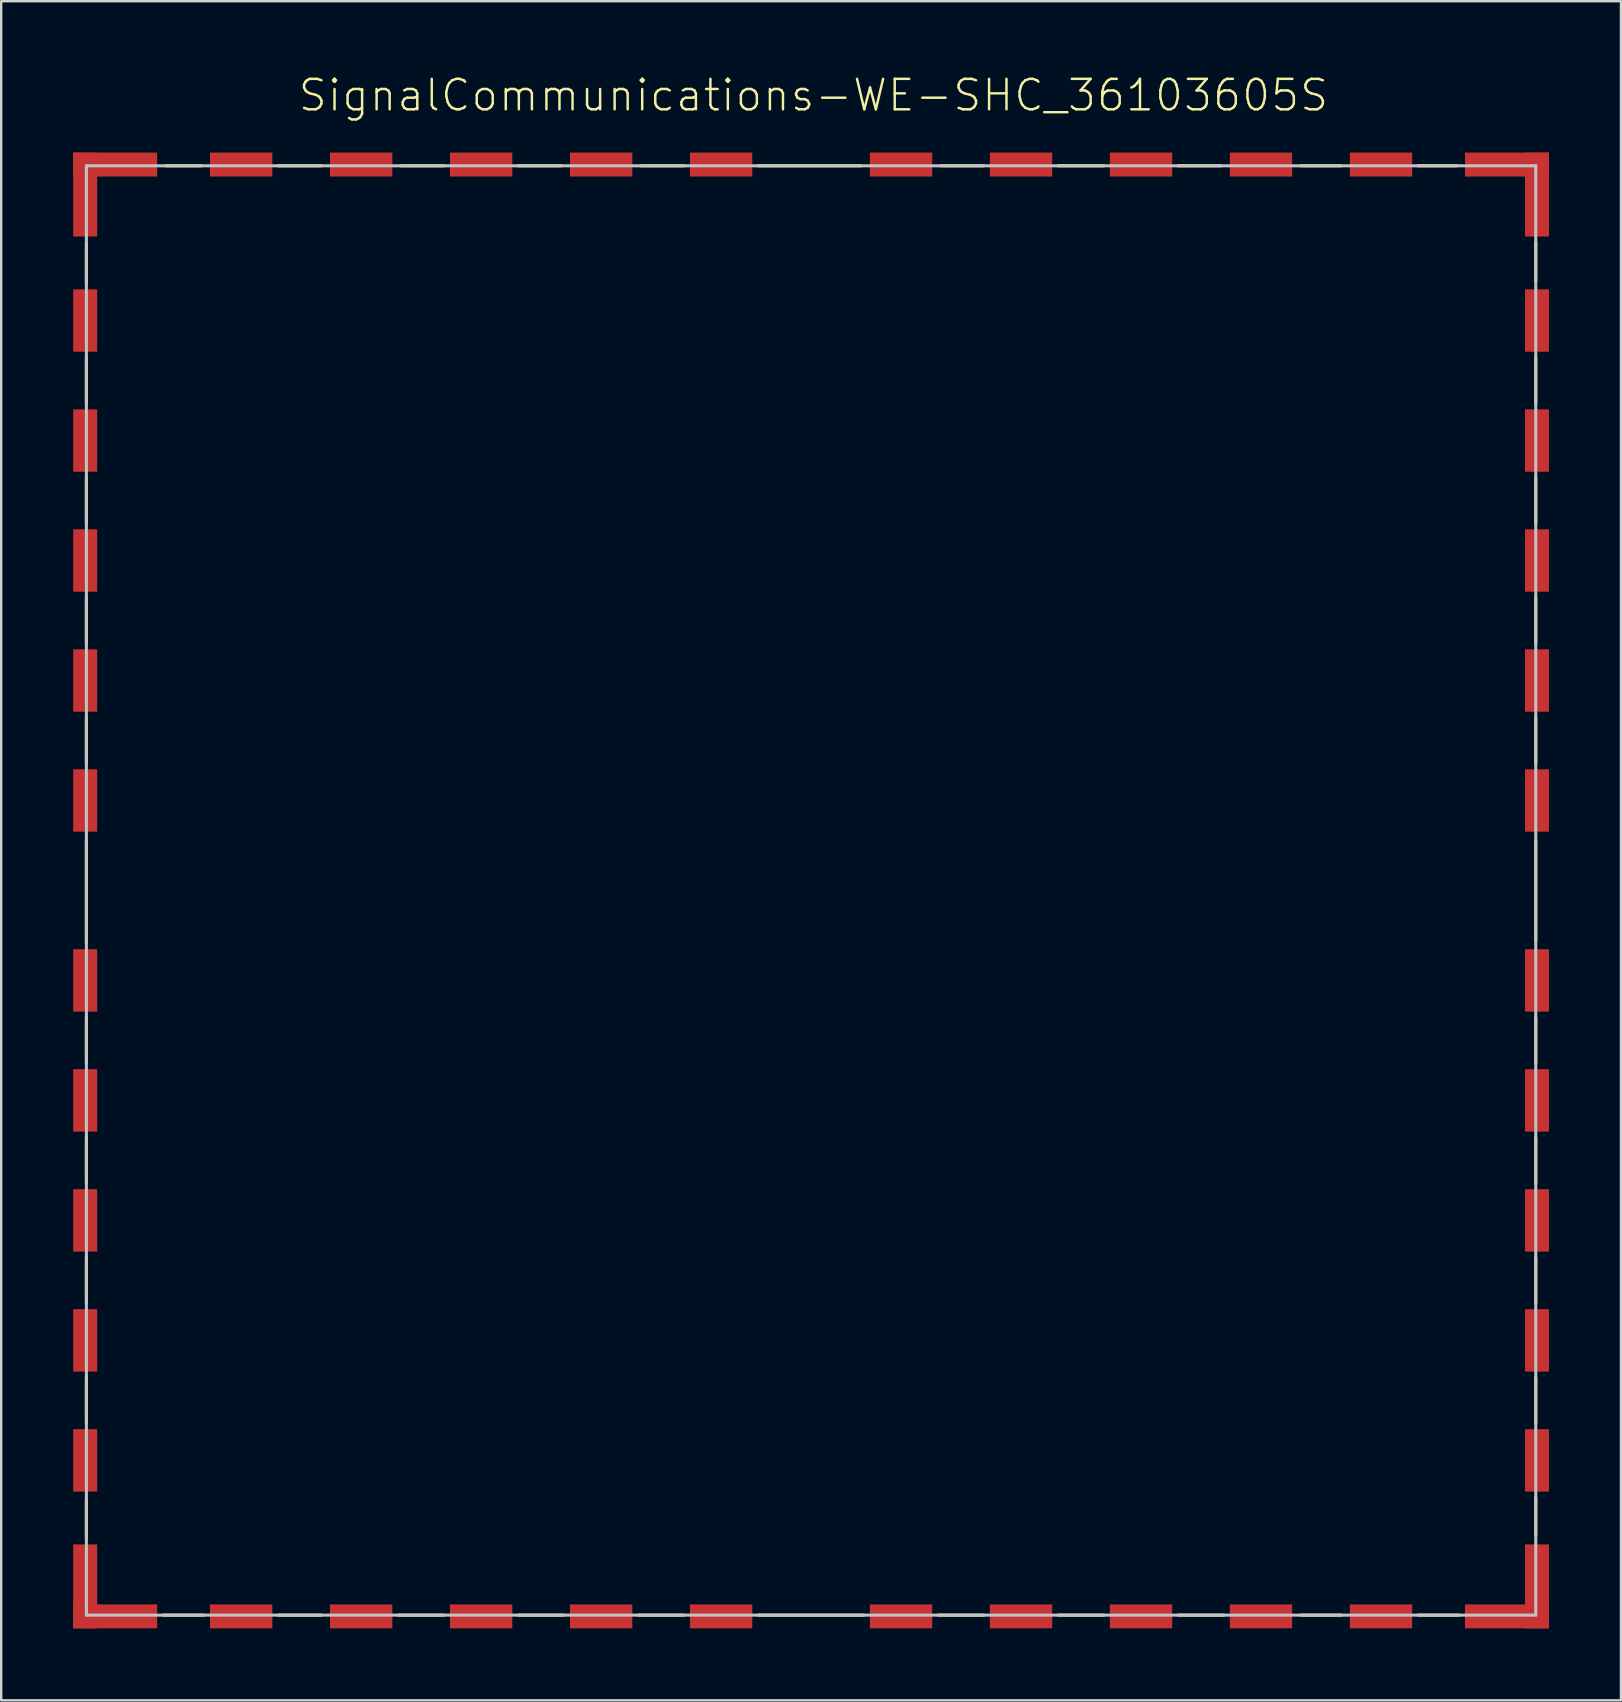
<source format=kicad_pcb>
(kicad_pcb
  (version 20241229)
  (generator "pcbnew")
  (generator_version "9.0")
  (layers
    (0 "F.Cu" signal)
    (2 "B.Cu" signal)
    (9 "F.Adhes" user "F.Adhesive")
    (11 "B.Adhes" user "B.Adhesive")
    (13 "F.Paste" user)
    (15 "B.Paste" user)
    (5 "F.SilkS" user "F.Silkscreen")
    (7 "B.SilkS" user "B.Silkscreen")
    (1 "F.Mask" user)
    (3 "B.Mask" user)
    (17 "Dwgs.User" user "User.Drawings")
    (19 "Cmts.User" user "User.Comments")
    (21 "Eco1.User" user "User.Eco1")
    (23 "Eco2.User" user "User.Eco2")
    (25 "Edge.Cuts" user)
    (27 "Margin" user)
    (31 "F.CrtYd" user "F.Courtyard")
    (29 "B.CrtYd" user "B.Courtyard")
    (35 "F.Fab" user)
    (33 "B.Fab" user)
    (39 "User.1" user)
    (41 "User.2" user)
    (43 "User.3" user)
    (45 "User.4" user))
  (footprint "SignalCommunications-WE-SHC_36103605S"
    (layer "F.Cu")
    (at 30.748 34.056)
    (property "Reference" "SignalCommunications-WE-SHC_36103605S" (at 0.099 -33.134 0) (layer "F.SilkS") (effects (font (size 1.27 1.27) (thickness 0.102))))
    (attr smd)
    (fp_line (start -30.198 -26.998) (end -30.198 -25.298) (stroke (width 0.127) (type solid)) (layer "F.SilkS"))
    (fp_line (start -30.198 -20.3) (end -30.198 -22.2) (stroke (width 0.127) (type solid)) (layer "F.SilkS"))
    (fp_line (start -30.198 -17.198) (end -30.198 -15.298) (stroke (width 0.127) (type solid)) (layer "F.SilkS"))
    (fp_line (start -30.198 -10.3) (end -30.198 -12.2) (stroke (width 0.127) (type solid)) (layer "F.SilkS"))
    (fp_line (start -30.198 -5.298) (end -30.198 -7.198) (stroke (width 0.127) (type solid)) (layer "F.SilkS"))
    (fp_line (start -30.198 2.2) (end -30.198 -2.098) (stroke (width 0.127) (type solid)) (layer "F.SilkS"))
    (fp_line (start -30.198 7.198) (end -30.198 5.298) (stroke (width 0.127) (type solid)) (layer "F.SilkS"))
    (fp_line (start -30.198 12.2) (end -30.198 10.3) (stroke (width 0.127) (type solid)) (layer "F.SilkS"))
    (fp_line (start -30.198 17.198) (end -30.198 15.298) (stroke (width 0.127) (type solid)) (layer "F.SilkS"))
    (fp_line (start -30.198 22.2) (end -30.198 20.3) (stroke (width 0.127) (type solid)) (layer "F.SilkS"))
    (fp_line (start -30.198 25.4) (end -30.198 26.998) (stroke (width 0.127) (type solid)) (layer "F.SilkS"))
    (fp_line (start -26.998 30.198) (end -25.298 30.198) (stroke (width 0.127) (type solid)) (layer "F.SilkS"))
    (fp_line (start -26.899 -30.198) (end -25.4 -30.198) (stroke (width 0.127) (type solid)) (layer "F.SilkS"))
    (fp_line (start -22.2 -30.198) (end -20.399 -30.198) (stroke (width 0.127) (type solid)) (layer "F.SilkS"))
    (fp_line (start -22.2 30.198) (end -20.399 30.198) (stroke (width 0.127) (type solid)) (layer "F.SilkS"))
    (fp_line (start -17.198 30.198) (end -15.298 30.198) (stroke (width 0.127) (type solid)) (layer "F.SilkS"))
    (fp_line (start -17.099 -30.198) (end -15.298 -30.198) (stroke (width 0.127) (type solid)) (layer "F.SilkS"))
    (fp_line (start -12.2 -30.198) (end -10.399 -30.198) (stroke (width 0.127) (type solid)) (layer "F.SilkS"))
    (fp_line (start -12.2 30.198) (end -10.3 30.198) (stroke (width 0.127) (type solid)) (layer "F.SilkS"))
    (fp_line (start -7.198 30.198) (end -5.298 30.198) (stroke (width 0.127) (type solid)) (layer "F.SilkS"))
    (fp_line (start -7.099 -30.198) (end -5.298 -30.198) (stroke (width 0.127) (type solid)) (layer "F.SilkS"))
    (fp_line (start -2.2 -30.198) (end 2.098 -30.198) (stroke (width 0.127) (type solid)) (layer "F.SilkS"))
    (fp_line (start -2.2 30.198) (end 2.2 30.198) (stroke (width 0.127) (type solid)) (layer "F.SilkS"))
    (fp_line (start 5.298 30.198) (end 7.198 30.198) (stroke (width 0.127) (type solid)) (layer "F.SilkS"))
    (fp_line (start 5.397 -30.198) (end 7.198 -30.198) (stroke (width 0.127) (type solid)) (layer "F.SilkS"))
    (fp_line (start 10.3 -30.198) (end 12.2 -30.198) (stroke (width 0.127) (type solid)) (layer "F.SilkS"))
    (fp_line (start 10.3 30.198) (end 12.2 30.198) (stroke (width 0.127) (type solid)) (layer "F.SilkS"))
    (fp_line (start 15.298 -30.198) (end 17.099 -30.198) (stroke (width 0.127) (type solid)) (layer "F.SilkS"))
    (fp_line (start 15.298 30.198) (end 17.198 30.198) (stroke (width 0.127) (type solid)) (layer "F.SilkS"))
    (fp_line (start 20.399 -30.198) (end 22.098 -30.198) (stroke (width 0.127) (type solid)) (layer "F.SilkS"))
    (fp_line (start 20.399 30.198) (end 22.098 30.198) (stroke (width 0.127) (type solid)) (layer "F.SilkS"))
    (fp_line (start 25.298 -30.198) (end 26.899 -30.198) (stroke (width 0.127) (type solid)) (layer "F.SilkS"))
    (fp_line (start 25.298 30.198) (end 26.998 30.198) (stroke (width 0.127) (type solid)) (layer "F.SilkS"))
    (fp_line (start 30.198 -26.998) (end 30.198 -25.4) (stroke (width 0.127) (type solid)) (layer "F.SilkS"))
    (fp_line (start 30.198 -22.2) (end 30.198 -20.3) (stroke (width 0.127) (type solid)) (layer "F.SilkS"))
    (fp_line (start 30.198 -17.198) (end 30.198 -15.298) (stroke (width 0.127) (type solid)) (layer "F.SilkS"))
    (fp_line (start 30.198 -12.2) (end 30.198 -10.3) (stroke (width 0.127) (type solid)) (layer "F.SilkS"))
    (fp_line (start 30.198 -7.198) (end 30.198 -5.298) (stroke (width 0.127) (type solid)) (layer "F.SilkS"))
    (fp_line (start 30.198 -2.098) (end 30.198 2.098) (stroke (width 0.127) (type solid)) (layer "F.SilkS"))
    (fp_line (start 30.198 5.298) (end 30.198 7.198) (stroke (width 0.127) (type solid)) (layer "F.SilkS"))
    (fp_line (start 30.198 10.3) (end 30.198 12.2) (stroke (width 0.127) (type solid)) (layer "F.SilkS"))
    (fp_line (start 30.198 15.298) (end 30.198 17.198) (stroke (width 0.127) (type solid)) (layer "F.SilkS"))
    (fp_line (start 30.198 20.3) (end 30.198 22.2) (stroke (width 0.127) (type solid)) (layer "F.SilkS"))
    (fp_line (start 30.198 26.899) (end 30.198 25.298) (stroke (width 0.127) (type solid)) (layer "F.SilkS"))
    (fp_line (start -30.198 -30.198) (end 30.198 -30.198) (stroke (width 0.127) (type solid)) (layer "Dwgs.User"))
    (fp_line (start -30.198 30.198) (end -30.198 -30.198) (stroke (width 0.127) (type solid)) (layer "Dwgs.User"))
    (fp_line (start 30.198 -30.198) (end 30.198 30.198) (stroke (width 0.127) (type solid)) (layer "Dwgs.User"))
    (fp_line (start 30.198 30.198) (end -30.198 30.198) (stroke (width 0.127) (type solid)) (layer "Dwgs.User"))
    (pad "1" smd rect (at -3.749 -30.249) (size 2.598 0.998) (layers "F.Cu" "F.Mask" "F.Paste"))
    (pad "2" smd rect (at 3.749 -30.249) (size 2.598 0.998) (layers "F.Cu" "F.Mask" "F.Paste"))
    (pad "3" smd rect (at 8.748 -30.249) (size 2.598 0.998) (layers "F.Cu" "F.Mask" "F.Paste"))
    (pad "4" smd rect (at 13.749 -30.249) (size 2.598 0.998) (layers "F.Cu" "F.Mask" "F.Paste"))
    (pad "5" smd rect (at 18.748 -30.249) (size 2.598 0.998) (layers "F.Cu" "F.Mask" "F.Paste"))
    (pad "6" smd rect (at -30.249 -23.749 90) (size 2.598 0.998) (layers "F.Cu" "F.Mask" "F.Paste"))
    (pad "7" smd rect (at -30.249 23.749 90) (size 2.598 0.998) (layers "F.Cu" "F.Mask" "F.Paste"))
    (pad "8" smd rect (at 30.249 -18.748 90) (size 2.598 0.998) (layers "F.Cu" "F.Mask" "F.Paste"))
    (pad "9" smd rect (at 30.249 -13.749 90) (size 2.598 0.998) (layers "F.Cu" "F.Mask" "F.Paste"))
    (pad "10" smd rect (at 30.249 -8.748 90) (size 2.598 0.998) (layers "F.Cu" "F.Mask" "F.Paste"))
    (pad "11" smd rect (at 30.249 -3.749 90) (size 2.598 0.998) (layers "F.Cu" "F.Mask" "F.Paste"))
    (pad "12" smd rect (at 30.249 3.749 90) (size 2.598 0.998) (layers "F.Cu" "F.Mask" "F.Paste"))
    (pad "13" smd rect (at 30.249 8.748 90) (size 2.598 0.998) (layers "F.Cu" "F.Mask" "F.Paste"))
    (pad "14" smd rect (at 30.249 13.749 90) (size 2.598 0.998) (layers "F.Cu" "F.Mask" "F.Paste"))
    (pad "15" smd rect (at 30.249 18.748 90) (size 2.598 0.998) (layers "F.Cu" "F.Mask" "F.Paste"))
    (pad "16" smd rect (at -23.749 30.249 180) (size 2.598 0.998) (layers "F.Cu" "F.Mask" "F.Paste"))
    (pad "17" smd rect (at 23.749 30.249 180) (size 2.598 0.998) (layers "F.Cu" "F.Mask" "F.Paste"))
    (pad "18" smd rect (at 18.748 30.249 180) (size 2.598 0.998) (layers "F.Cu" "F.Mask" "F.Paste"))
    (pad "19" smd rect (at 13.749 30.249 180) (size 2.598 0.998) (layers "F.Cu" "F.Mask" "F.Paste"))
    (pad "20" smd rect (at 8.748 30.249 180) (size 2.598 0.998) (layers "F.Cu" "F.Mask" "F.Paste"))
    (pad "21" smd rect (at 3.749 30.249 180) (size 2.598 0.998) (layers "F.Cu" "F.Mask" "F.Paste"))
    (pad "22" smd rect (at -3.749 30.249 180) (size 2.598 0.998) (layers "F.Cu" "F.Mask" "F.Paste"))
    (pad "23" smd rect (at -8.748 30.249 180) (size 2.598 0.998) (layers "F.Cu" "F.Mask" "F.Paste"))
    (pad "24" smd rect (at -13.749 30.249 180) (size 2.598 0.998) (layers "F.Cu" "F.Mask" "F.Paste"))
    (pad "25" smd rect (at -18.748 30.249 180) (size 2.598 0.998) (layers "F.Cu" "F.Mask" "F.Paste"))
    (pad "26" smd rect (at 30.249 23.749 90) (size 2.598 0.998) (layers "F.Cu" "F.Mask" "F.Paste"))
    (pad "27" smd rect (at 30.249 -23.749 90) (size 2.598 0.998) (layers "F.Cu" "F.Mask" "F.Paste"))
    (pad "28" smd rect (at -30.249 18.748 90) (size 2.598 0.998) (layers "F.Cu" "F.Mask" "F.Paste"))
    (pad "29" smd rect (at -30.249 13.749 90) (size 2.598 0.998) (layers "F.Cu" "F.Mask" "F.Paste"))
    (pad "30" smd rect (at -30.249 8.748 90) (size 2.598 0.998) (layers "F.Cu" "F.Mask" "F.Paste"))
    (pad "31" smd rect (at -30.249 3.749 90) (size 2.598 0.998) (layers "F.Cu" "F.Mask" "F.Paste"))
    (pad "32" smd rect (at -30.249 -3.749 90) (size 2.598 0.998) (layers "F.Cu" "F.Mask" "F.Paste"))
    (pad "33" smd rect (at -30.249 -8.748 90) (size 2.598 0.998) (layers "F.Cu" "F.Mask" "F.Paste"))
    (pad "34" smd rect (at -30.249 -13.749 90) (size 2.598 0.998) (layers "F.Cu" "F.Mask" "F.Paste"))
    (pad "35" smd rect (at -30.249 -18.748 90) (size 2.598 0.998) (layers "F.Cu" "F.Mask" "F.Paste"))
    (pad "36" smd rect (at -28.999 -30.249) (size 3.498 0.998) (layers "F.Cu" "F.Mask" "F.Paste"))
    (pad "37" smd rect (at -23.749 -30.249) (size 2.598 0.998) (layers "F.Cu" "F.Mask" "F.Paste"))
    (pad "38" smd rect (at -8.748 -30.249) (size 2.598 0.998) (layers "F.Cu" "F.Mask" "F.Paste"))
    (pad "39" smd rect (at -13.749 -30.249) (size 2.598 0.998) (layers "F.Cu" "F.Mask" "F.Paste"))
    (pad "40" smd rect (at -18.748 -30.249) (size 2.598 0.998) (layers "F.Cu" "F.Mask" "F.Paste"))
    (pad "41" smd rect (at -30.249 -28.999 90) (size 3.498 0.998) (layers "F.Cu" "F.Mask" "F.Paste"))
    (pad "42" smd rect (at 23.749 -30.249) (size 2.598 0.998) (layers "F.Cu" "F.Mask" "F.Paste"))
    (pad "43" smd rect (at 28.999 -30.249) (size 3.498 0.998) (layers "F.Cu" "F.Mask" "F.Paste"))
    (pad "44" smd rect (at 30.249 -28.999 90) (size 3.498 0.998) (layers "F.Cu" "F.Mask" "F.Paste"))
    (pad "45" smd rect (at -30.249 28.999 90) (size 3.498 0.998) (layers "F.Cu" "F.Mask" "F.Paste"))
    (pad "46" smd rect (at -28.999 30.249 180) (size 3.498 0.998) (layers "F.Cu" "F.Mask" "F.Paste"))
    (pad "47" smd rect (at 28.999 30.249 180) (size 3.498 0.998) (layers "F.Cu" "F.Mask" "F.Paste"))
    (pad "48" smd rect (at 30.249 28.999 270) (size 3.498 0.998) (layers "F.Cu" "F.Mask" "F.Paste")))
  (gr_rect
    (start -3 -3)
    (end 64.496 67.804)
    (stroke (width 0.1) (type default))
    (fill no)
    (layer "Edge.Cuts")))
</source>
